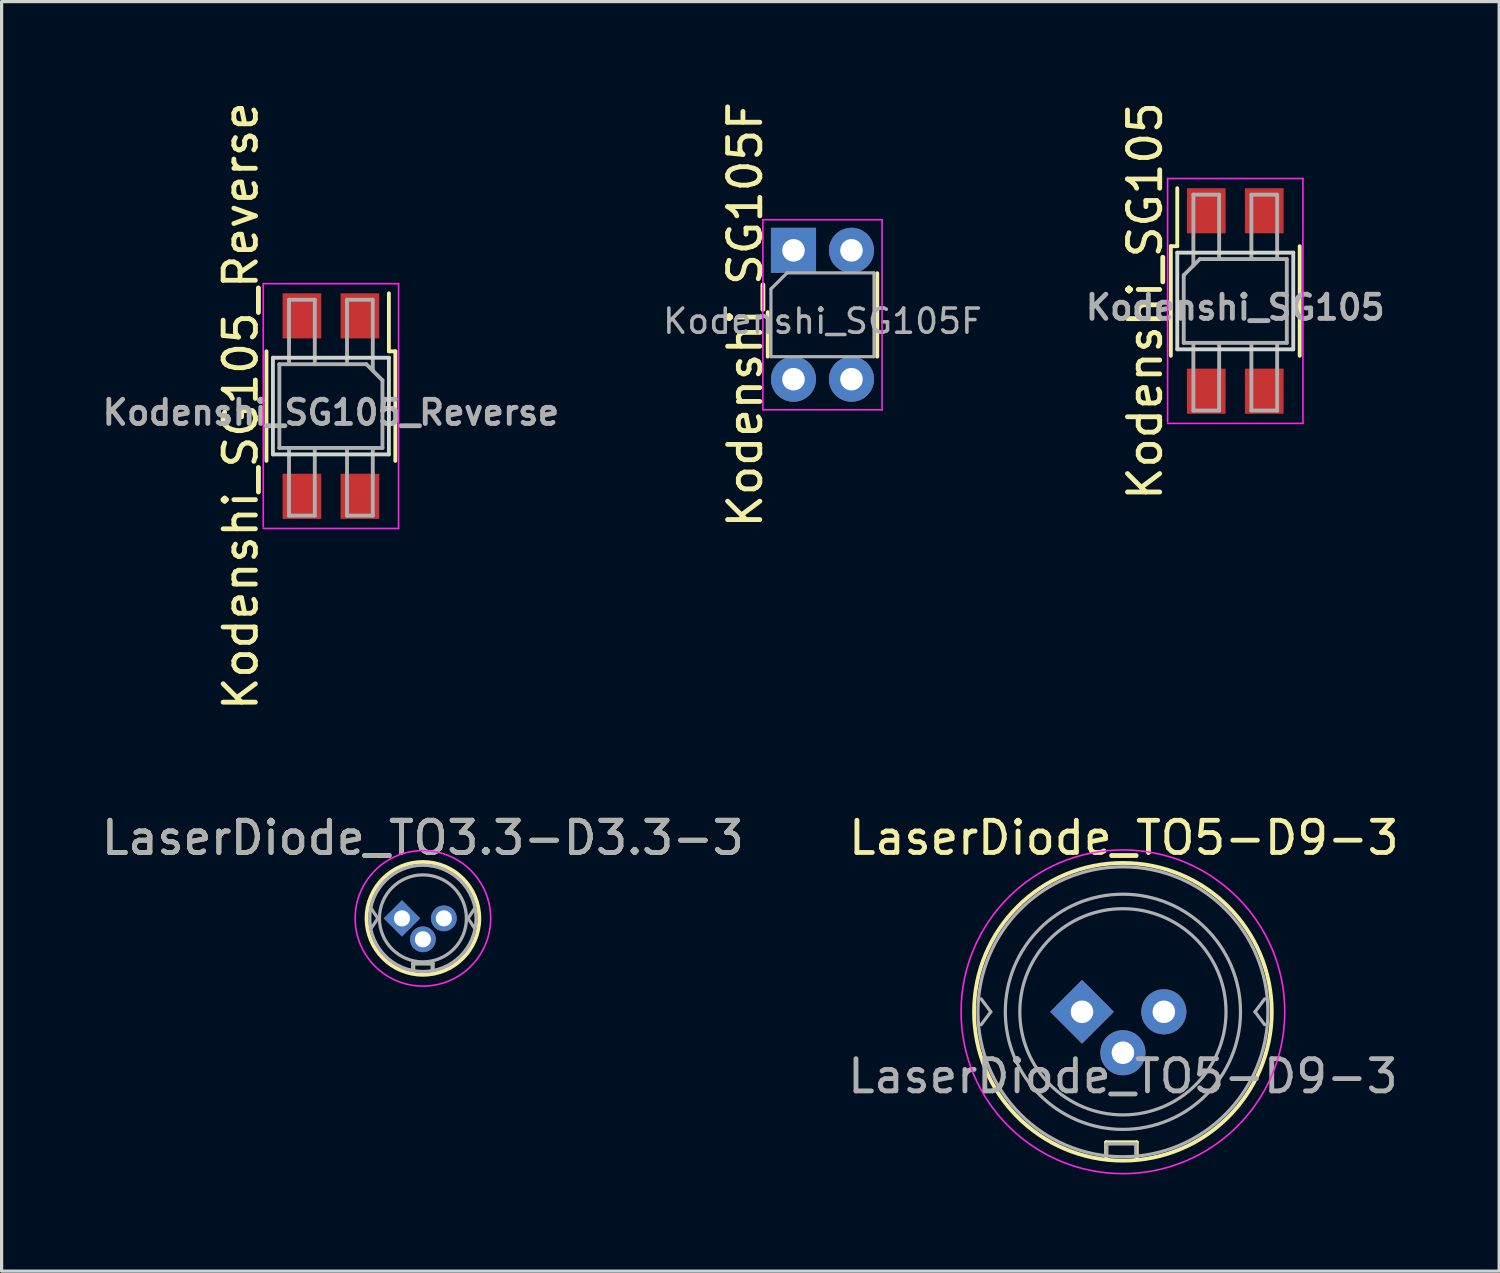
<source format=kicad_pcb>
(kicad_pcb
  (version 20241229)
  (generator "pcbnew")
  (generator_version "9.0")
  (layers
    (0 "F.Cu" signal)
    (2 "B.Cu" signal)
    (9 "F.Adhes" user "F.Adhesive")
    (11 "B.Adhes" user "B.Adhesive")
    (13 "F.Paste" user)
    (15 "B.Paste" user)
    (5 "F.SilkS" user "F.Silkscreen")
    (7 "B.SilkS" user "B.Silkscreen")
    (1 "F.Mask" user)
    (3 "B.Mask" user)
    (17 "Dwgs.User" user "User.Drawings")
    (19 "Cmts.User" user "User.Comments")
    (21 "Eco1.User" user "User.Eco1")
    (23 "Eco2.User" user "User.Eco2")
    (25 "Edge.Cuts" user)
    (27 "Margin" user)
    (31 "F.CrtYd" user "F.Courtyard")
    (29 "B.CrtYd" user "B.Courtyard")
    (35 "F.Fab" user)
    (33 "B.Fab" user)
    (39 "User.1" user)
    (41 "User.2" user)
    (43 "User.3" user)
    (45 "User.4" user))
  (footprint "LaserDiode_TO3.3-D3.3-3"
    (layer "F.Cu")
    (at 9.427 25.455)
    (property "Reference" "LaserDiode_TO3.3-D3.3-3" (at 0.65 -2.5 0) (layer "F.SilkS") (effects (font (size 1 1) (thickness 0.15))))
    (attr through_hole)
    (fp_line (start 0.35 1.4) (end 0.35 1.7) (stroke (width 0.12) (type solid)) (layer "F.SilkS"))
    (fp_line (start 0.95 1.4) (end 0.35 1.4) (stroke (width 0.12) (type solid)) (layer "F.SilkS"))
    (fp_line (start 0.95 1.7) (end 0.95 1.4) (stroke (width 0.12) (type solid)) (layer "F.SilkS"))
    (fp_circle (center 0.65 0) (end -1.1 0) (stroke (width 0.12) (type solid)) (fill no) (layer "F.SilkS"))
    (fp_circle (center 0.65 0) (end 2.5 1) (stroke (width 0.05) (type solid)) (fill no) (layer "F.CrtYd"))
    (fp_line (start -0.95 -0.3) (end -0.75 0) (stroke (width 0.1) (type solid)) (layer "F.Fab"))
    (fp_line (start -0.75 0) (end -0.95 0.3) (stroke (width 0.1) (type solid)) (layer "F.Fab"))
    (fp_line (start 0.35 1.4) (end 0.95 1.4) (stroke (width 0.1) (type solid)) (layer "F.Fab"))
    (fp_line (start 0.35 1.6) (end 0.35 1.4) (stroke (width 0.1) (type solid)) (layer "F.Fab"))
    (fp_line (start 0.95 1.4) (end 0.95 1.6) (stroke (width 0.1) (type solid)) (layer "F.Fab"))
    (fp_line (start 2.05 0) (end 2.25 0.3) (stroke (width 0.1) (type solid)) (layer "F.Fab"))
    (fp_line (start 2.25 -0.3) (end 2.05 0) (stroke (width 0.1) (type solid)) (layer "F.Fab"))
    (fp_circle (center 0.65 0) (end -1 0) (stroke (width 0.1) (type solid)) (fill no) (layer "F.Fab"))
    (fp_circle (center 0.65 0) (end 2 0) (stroke (width 0.1) (type solid)) (fill no) (layer "F.Fab"))
    (fp_text user "${REFERENCE}" (at 0.65 -2.5 0) (layer "F.Fab") (effects (font (size 1 1) (thickness 0.15))))
    (pad "1" thru_hole rect (at 0 0 45) (size 0.8 0.8) (drill 0.5) (layers "*.Cu" "*.Mask"))
    (pad "2" thru_hole circle (at 0.65 0.65) (size 0.8 0.8) (drill 0.5) (layers "*.Cu" "*.Mask"))
    (pad "3" thru_hole circle (at 1.3 0) (size 0.8 0.8) (drill 0.5) (layers "*.Cu" "*.Mask")))
  (footprint "Kodenshi_SG105F"
    (layer "F.Cu")
    (at 21.579 4.72)
    (property "Reference" "Kodenshi_SG105F" (at -1.5 2 90) (layer "F.SilkS") (effects (font (size 1 1) (thickness 0.15))))
    (attr through_hole)
    (fp_line (start -0.8 1.92) (end -0.8 3.3) (stroke (width 0.12) (type solid)) (layer "F.SilkS"))
    (fp_line (start 2.6 3.3) (end 2.6 0.71) (stroke (width 0.12) (type solid)) (layer "F.SilkS"))
    (fp_line (start -0.95 -0.95) (end -0.95 4.95) (stroke (width 0.05) (type solid)) (layer "F.CrtYd"))
    (fp_line (start -0.95 -0.95) (end 2.75 -0.95) (stroke (width 0.05) (type solid)) (layer "F.CrtYd"))
    (fp_line (start 2.75 4.95) (end -0.95 4.95) (stroke (width 0.05) (type solid)) (layer "F.CrtYd"))
    (fp_line (start 2.75 4.95) (end 2.75 -0.95) (stroke (width 0.05) (type solid)) (layer "F.CrtYd"))
    (fp_line (start -0.7 1.2) (end -0.2 0.7) (stroke (width 0.1) (type solid)) (layer "F.Fab"))
    (fp_line (start -0.7 3.3) (end -0.7 1.2) (stroke (width 0.1) (type solid)) (layer "F.Fab"))
    (fp_line (start -0.2 0.7) (end 2.5 0.7) (stroke (width 0.1) (type solid)) (layer "F.Fab"))
    (fp_line (start 2.5 0.7) (end 2.5 3.3) (stroke (width 0.1) (type solid)) (layer "F.Fab"))
    (fp_line (start 2.5 3.3) (end -0.7 3.3) (stroke (width 0.1) (type solid)) (layer "F.Fab"))
    (fp_text user "${REFERENCE}" (at 0.9 2.2 0) (layer "F.Fab") (effects (font (size 0.75 0.75) (thickness 0.11))))
    (pad "1" thru_hole rect (at 0 0 270) (size 1.4 1.4) (drill 0.7) (layers "*.Cu" "*.Mask"))
    (pad "2" thru_hole circle (at 0 4 270) (size 1.4 1.4) (drill 0.7) (layers "*.Cu" "*.Mask"))
    (pad "3" thru_hole circle (at 1.8 4 270) (size 1.4 1.4) (drill 0.7) (layers "*.Cu" "*.Mask"))
    (pad "4" thru_hole circle (at 1.8 0 270) (size 1.4 1.4) (drill 0.7) (layers "*.Cu" "*.Mask")))
  (footprint "LaserDiode_TO5-D9-3"
    (layer "F.Cu")
    (at 30.534 28.355)
    (property "Reference" "LaserDiode_TO5-D9-3" (at 1.3 -5.4 0) (layer "F.SilkS") (effects (font (size 1 1) (thickness 0.15))))
    (attr through_hole)
    (fp_line (start 0.75 4.05) (end 1.7 4.05) (stroke (width 0.12) (type solid)) (layer "F.SilkS"))
    (fp_line (start 0.75 4.55) (end 0.75 4.05) (stroke (width 0.12) (type solid)) (layer "F.SilkS"))
    (fp_line (start 1.7 4.05) (end 1.7 4.55) (stroke (width 0.12) (type solid)) (layer "F.SilkS"))
    (fp_circle (center 1.27 0) (end -3.35 0) (stroke (width 0.12) (type solid)) (fill no) (layer "F.SilkS"))
    (fp_circle (center 1.27 0) (end 5.4 2.86) (stroke (width 0.05) (type solid)) (fill no) (layer "F.CrtYd"))
    (fp_line (start -2.83 0) (end -3.13 -0.4) (stroke (width 0.1) (type solid)) (layer "F.Fab"))
    (fp_line (start -2.83 0) (end -3.13 0.4) (stroke (width 0.1) (type solid)) (layer "F.Fab"))
    (fp_line (start 0.77 4.1) (end 1.67 4.1) (stroke (width 0.1) (type solid)) (layer "F.Fab"))
    (fp_line (start 0.77 4.4) (end 0.77 4.1) (stroke (width 0.1) (type solid)) (layer "F.Fab"))
    (fp_line (start 1.67 4.1) (end 1.67 4.4) (stroke (width 0.1) (type solid)) (layer "F.Fab"))
    (fp_line (start 5.37 0) (end 5.67 0.4) (stroke (width 0.1) (type solid)) (layer "F.Fab"))
    (fp_line (start 5.67 -0.4) (end 5.37 0) (stroke (width 0.1) (type solid)) (layer "F.Fab"))
    (fp_circle (center 1.27 0) (end -3.23 0) (stroke (width 0.1) (type solid)) (fill no) (layer "F.Fab"))
    (fp_circle (center 1.27 0) (end 4.47 0) (stroke (width 0.1) (type solid)) (fill no) (layer "F.Fab"))
    (fp_circle (center 1.27 0) (end 4.92 0) (stroke (width 0.1) (type solid)) (fill no) (layer "F.Fab"))
    (fp_text user "${REFERENCE}" (at 1.27 2 0) (layer "F.Fab") (effects (font (size 1 1) (thickness 0.15))))
    (pad "1" thru_hole rect (at 0 0 45) (size 1.4 1.4) (drill 0.7) (layers "*.Cu" "*.Mask"))
    (pad "2" thru_hole circle (at 1.27 1.27) (size 1.4 1.4) (drill 0.7) (layers "*.Cu" "*.Mask"))
    (pad "3" thru_hole circle (at 2.54 0) (size 1.4 1.4) (drill 0.7) (layers "*.Cu" "*.Mask")))
  (footprint "Kodenshi_SG105"
    (layer "F.Cu")
    (at 35.291 6.292)
    (property "Reference" "Kodenshi_SG105" (at -2.8 0 90) (layer "F.SilkS") (effects (font (size 1 1) (thickness 0.15))))
    (attr smd)
    (fp_line (start -2 -1.7) (end -1.8 -1.7) (stroke (width 0.12) (type solid)) (layer "F.SilkS"))
    (fp_line (start -2 1.7) (end -2 -1.7) (stroke (width 0.12) (type solid)) (layer "F.SilkS"))
    (fp_line (start -1.8 -1.7) (end -1.8 -3.5) (stroke (width 0.12) (type solid)) (layer "F.SilkS"))
    (fp_line (start 2 1.7) (end 2 -1.7) (stroke (width 0.12) (type solid)) (layer "F.SilkS"))
    (fp_line (start -1.8 -1.5) (end 1.8 -1.5) (stroke (width 0.12) (type solid)) (layer "Edge.Cuts"))
    (fp_line (start -1.8 1.5) (end -1.8 -1.5) (stroke (width 0.12) (type solid)) (layer "Edge.Cuts"))
    (fp_line (start 1.8 -1.5) (end 1.8 1.5) (stroke (width 0.12) (type solid)) (layer "Edge.Cuts"))
    (fp_line (start 1.8 1.5) (end -1.8 1.5) (stroke (width 0.12) (type solid)) (layer "Edge.Cuts"))
    (fp_line (start -2.1 -3.8) (end -2.1 3.75) (stroke (width 0.05) (type solid)) (layer "F.CrtYd"))
    (fp_line (start -2.1 -3.8) (end 2.1 -3.8) (stroke (width 0.05) (type solid)) (layer "F.CrtYd"))
    (fp_line (start 2.1 3.8) (end -2.1 3.8) (stroke (width 0.05) (type solid)) (layer "F.CrtYd"))
    (fp_line (start 2.1 3.8) (end 2.1 -3.8) (stroke (width 0.05) (type solid)) (layer "F.CrtYd"))
    (fp_line (start -1.6 -0.8) (end -1.1 -1.3) (stroke (width 0.12) (type solid)) (layer "F.Fab"))
    (fp_line (start -1.6 1.3) (end -1.6 -0.8) (stroke (width 0.12) (type solid)) (layer "F.Fab"))
    (fp_line (start -1.3 -3.3) (end -1.3 -1.1) (stroke (width 0.12) (type solid)) (layer "F.Fab"))
    (fp_line (start -1.3 -3.3) (end -0.5 -3.3) (stroke (width 0.12) (type solid)) (layer "F.Fab"))
    (fp_line (start -1.3 3.4) (end -1.3 1.3) (stroke (width 0.12) (type solid)) (layer "F.Fab"))
    (fp_line (start -1.1 -1.3) (end 1.6 -1.3) (stroke (width 0.12) (type solid)) (layer "F.Fab"))
    (fp_line (start -0.5 -3.3) (end -0.5 -1.3) (stroke (width 0.12) (type solid)) (layer "F.Fab"))
    (fp_line (start -0.5 1.3) (end -0.5 3.4) (stroke (width 0.12) (type solid)) (layer "F.Fab"))
    (fp_line (start -0.5 3.4) (end -1.3 3.4) (stroke (width 0.12) (type solid)) (layer "F.Fab"))
    (fp_line (start 0.5 -3.3) (end 1.3 -3.3) (stroke (width 0.12) (type solid)) (layer "F.Fab"))
    (fp_line (start 0.5 -1.3) (end 0.5 -3.3) (stroke (width 0.12) (type solid)) (layer "F.Fab"))
    (fp_line (start 0.5 1.3) (end 0.5 3.4) (stroke (width 0.12) (type solid)) (layer "F.Fab"))
    (fp_line (start 0.5 3.4) (end 1.3 3.4) (stroke (width 0.12) (type solid)) (layer "F.Fab"))
    (fp_line (start 1.3 -3.3) (end 1.3 -1.3) (stroke (width 0.12) (type solid)) (layer "F.Fab"))
    (fp_line (start 1.3 3.4) (end 1.3 1.3) (stroke (width 0.12) (type solid)) (layer "F.Fab"))
    (fp_line (start 1.6 -1.3) (end 1.6 1.3) (stroke (width 0.12) (type solid)) (layer "F.Fab"))
    (fp_line (start 1.6 1.3) (end -1.6 1.3) (stroke (width 0.12) (type solid)) (layer "F.Fab"))
    (fp_text user "${REFERENCE}" (at 0 0.2 0) (layer "F.Fab") (effects (font (size 0.75 0.75) (thickness 0.15))))
    (pad "1" smd rect (at -0.9 -2.8) (size 1.2 1.4) (layers "F.Cu" "F.Mask" "F.Paste"))
    (pad "2" smd rect (at -0.9 2.8) (size 1.2 1.4) (layers "F.Cu" "F.Mask" "F.Paste"))
    (pad "3" smd rect (at 0.9 2.8) (size 1.2 1.4) (layers "F.Cu" "F.Mask" "F.Paste"))
    (pad "4" smd rect (at 0.9 -2.8) (size 1.2 1.4) (layers "F.Cu" "F.Mask" "F.Paste")))
  (footprint "Kodenshi_SG105_Reverse"
    (layer "F.Cu")
    (at 7.221 9.554)
    (property "Reference" "Kodenshi_SG105_Reverse" (at -2.8 0 90) (layer "F.SilkS") (effects (font (size 1 1) (thickness 0.15))))
    (attr smd)
    (fp_line (start -2 1.7) (end -2 -1.7) (stroke (width 0.12) (type solid)) (layer "F.SilkS"))
    (fp_line (start 1.8 -1.7) (end 1.8 -3.5) (stroke (width 0.12) (type solid)) (layer "F.SilkS"))
    (fp_line (start 1.8 -1.7) (end 2 -1.7) (stroke (width 0.12) (type solid)) (layer "F.SilkS"))
    (fp_line (start 2 1.7) (end 2 -1.7) (stroke (width 0.12) (type solid)) (layer "F.SilkS"))
    (fp_line (start -1.8 -1.5) (end 1.8 -1.5) (stroke (width 0.12) (type solid)) (layer "Edge.Cuts"))
    (fp_line (start -1.8 1.5) (end -1.8 -1.5) (stroke (width 0.12) (type solid)) (layer "Edge.Cuts"))
    (fp_line (start 1.8 -1.5) (end 1.8 1.5) (stroke (width 0.12) (type solid)) (layer "Edge.Cuts"))
    (fp_line (start 1.8 1.5) (end -1.8 1.5) (stroke (width 0.12) (type solid)) (layer "Edge.Cuts"))
    (fp_line (start -2.1 -3.8) (end -2.1 3.75) (stroke (width 0.05) (type solid)) (layer "F.CrtYd"))
    (fp_line (start -2.1 -3.8) (end 2.1 -3.8) (stroke (width 0.05) (type solid)) (layer "F.CrtYd"))
    (fp_line (start 2.1 3.8) (end -2.1 3.8) (stroke (width 0.05) (type solid)) (layer "F.CrtYd"))
    (fp_line (start 2.1 3.8) (end 2.1 -3.8) (stroke (width 0.05) (type solid)) (layer "F.CrtYd"))
    (fp_line (start -1.6 -1.3) (end -1.6 1.3) (stroke (width 0.12) (type solid)) (layer "F.Fab"))
    (fp_line (start -1.6 1.3) (end 1.6 1.3) (stroke (width 0.12) (type solid)) (layer "F.Fab"))
    (fp_line (start -1.3 -3.3) (end -1.3 -1.3) (stroke (width 0.12) (type solid)) (layer "F.Fab"))
    (fp_line (start -1.3 -3.3) (end -0.5 -3.3) (stroke (width 0.12) (type solid)) (layer "F.Fab"))
    (fp_line (start -1.3 3.4) (end -1.3 1.3) (stroke (width 0.12) (type solid)) (layer "F.Fab"))
    (fp_line (start -0.5 -3.3) (end -0.5 -1.3) (stroke (width 0.12) (type solid)) (layer "F.Fab"))
    (fp_line (start -0.5 1.3) (end -0.5 3.4) (stroke (width 0.12) (type solid)) (layer "F.Fab"))
    (fp_line (start -0.5 3.4) (end -1.3 3.4) (stroke (width 0.12) (type solid)) (layer "F.Fab"))
    (fp_line (start 0.5 -3.3) (end 1.3 -3.3) (stroke (width 0.12) (type solid)) (layer "F.Fab"))
    (fp_line (start 0.5 -1.3) (end 0.5 -3.3) (stroke (width 0.12) (type solid)) (layer "F.Fab"))
    (fp_line (start 0.5 1.3) (end 0.5 3.4) (stroke (width 0.12) (type solid)) (layer "F.Fab"))
    (fp_line (start 0.5 3.4) (end 1.3 3.4) (stroke (width 0.12) (type solid)) (layer "F.Fab"))
    (fp_line (start 1.1 -1.3) (end -1.6 -1.3) (stroke (width 0.12) (type solid)) (layer "F.Fab"))
    (fp_line (start 1.3 -3.3) (end 1.3 -1.1) (stroke (width 0.12) (type solid)) (layer "F.Fab"))
    (fp_line (start 1.3 3.4) (end 1.3 1.3) (stroke (width 0.12) (type solid)) (layer "F.Fab"))
    (fp_line (start 1.6 -0.8) (end 1.1 -1.3) (stroke (width 0.12) (type solid)) (layer "F.Fab"))
    (fp_line (start 1.6 1.3) (end 1.6 -0.8) (stroke (width 0.12) (type solid)) (layer "F.Fab"))
    (fp_text user "${REFERENCE}" (at 0 0.2 0) (layer "F.Fab") (effects (font (size 0.75 0.75) (thickness 0.15))))
    (pad "1" smd rect (at 0.9 -2.8) (size 1.2 1.4) (layers "F.Cu" "F.Mask" "F.Paste"))
    (pad "2" smd rect (at 0.9 2.8) (size 1.2 1.4) (layers "F.Cu" "F.Mask" "F.Paste"))
    (pad "3" smd rect (at -0.9 2.8) (size 1.2 1.4) (layers "F.Cu" "F.Mask" "F.Paste"))
    (pad "4" smd rect (at -0.9 -2.8) (size 1.2 1.4) (layers "F.Cu" "F.Mask" "F.Paste")))
  (gr_rect
    (start -3 -3)
    (end 43.482 36.404)
    (stroke (width 0.1) (type default))
    (fill no)
    (layer "Edge.Cuts")))
</source>
